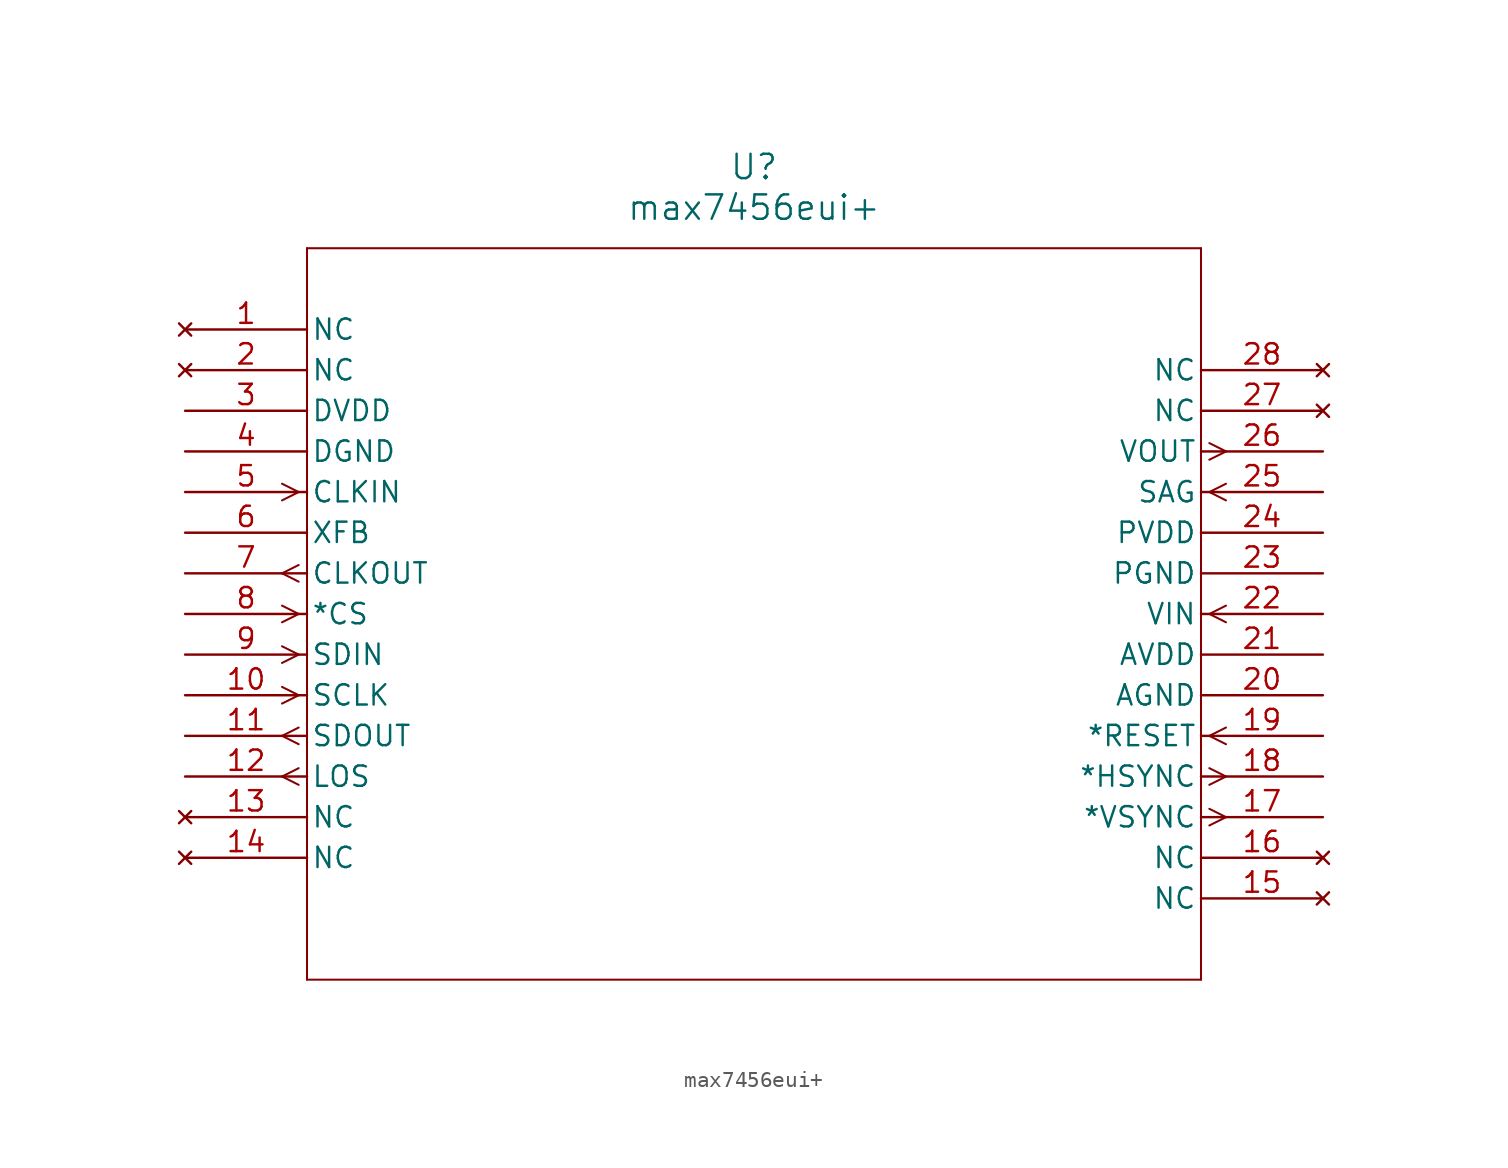
<source format=kicad_sym>
(kicad_symbol_lib
  (version 20211014)
  (generator kicad_symbol_editor)
  (symbol "max7456eui+"
    (pin_names
      (offset 0.254))
    (property "Reference" "U"
      (at 35.56 10.16 0)
      (effects (font (size 1.524 1.524))))
    (property "Value" "max7456eui+"
      (at 35.56 7.62 0)
      (effects (font (size 1.524 1.524))))
    (symbol "max7456eui+_0_1"
      (polyline (pts (xy 7.099 -10.16) (xy 6.058 -9.639)) (stroke (width 0.127) (type default) (color 0 0 0 0)) (fill (type none)))
      (polyline (pts (xy 7.099 -10.16) (xy 6.058 -10.681)) (stroke (width 0.127) (type default) (color 0 0 0 0)) (fill (type none)))
      (polyline (pts (xy 7.099 -14.719) (xy 6.058 -15.24)) (stroke (width 0.127) (type default) (color 0 0 0 0)) (fill (type none)))
      (polyline (pts (xy 7.099 -15.761) (xy 6.058 -15.24)) (stroke (width 0.127) (type default) (color 0 0 0 0)) (fill (type none)))
      (polyline (pts (xy 7.099 -17.78) (xy 6.058 -17.259)) (stroke (width 0.127) (type default) (color 0 0 0 0)) (fill (type none)))
      (polyline (pts (xy 7.099 -17.78) (xy 6.058 -18.301)) (stroke (width 0.127) (type default) (color 0 0 0 0)) (fill (type none)))
      (polyline (pts (xy 7.099 -20.32) (xy 6.058 -19.799)) (stroke (width 0.127) (type default) (color 0 0 0 0)) (fill (type none)))
      (polyline (pts (xy 7.099 -20.32) (xy 6.058 -20.841)) (stroke (width 0.127) (type default) (color 0 0 0 0)) (fill (type none)))
      (polyline (pts (xy 7.099 -22.86) (xy 6.058 -22.339)) (stroke (width 0.127) (type default) (color 0 0 0 0)) (fill (type none)))
      (polyline (pts (xy 7.099 -22.86) (xy 6.058 -23.381)) (stroke (width 0.127) (type default) (color 0 0 0 0)) (fill (type none)))
      (polyline (pts (xy 7.099 -24.879) (xy 6.058 -25.4)) (stroke (width 0.127) (type default) (color 0 0 0 0)) (fill (type none)))
      (polyline (pts (xy 7.099 -25.921) (xy 6.058 -25.4)) (stroke (width 0.127) (type default) (color 0 0 0 0)) (fill (type none)))
      (polyline (pts (xy 7.099 -27.419) (xy 6.058 -27.94)) (stroke (width 0.127) (type default) (color 0 0 0 0)) (fill (type none)))
      (polyline (pts (xy 7.099 -28.461) (xy 6.058 -27.94)) (stroke (width 0.127) (type default) (color 0 0 0 0)) (fill (type none)))
      (polyline (pts (xy 64.021 -29.959) (xy 65.062 -30.48)) (stroke (width 0.127) (type default) (color 0 0 0 0)) (fill (type none)))
      (polyline (pts (xy 64.021 -31.001) (xy 65.062 -30.48)) (stroke (width 0.127) (type default) (color 0 0 0 0)) (fill (type none)))
      (polyline (pts (xy 64.021 -27.419) (xy 65.062 -27.94)) (stroke (width 0.127) (type default) (color 0 0 0 0)) (fill (type none)))
      (polyline (pts (xy 64.021 -28.461) (xy 65.062 -27.94)) (stroke (width 0.127) (type default) (color 0 0 0 0)) (fill (type none)))
      (polyline (pts (xy 64.021 -25.4) (xy 65.062 -24.879)) (stroke (width 0.127) (type default) (color 0 0 0 0)) (fill (type none)))
      (polyline (pts (xy 64.021 -25.4) (xy 65.062 -25.921)) (stroke (width 0.127) (type default) (color 0 0 0 0)) (fill (type none)))
      (polyline (pts (xy 64.021 -17.78) (xy 65.062 -17.259)) (stroke (width 0.127) (type default) (color 0 0 0 0)) (fill (type none)))
      (polyline (pts (xy 64.021 -17.78) (xy 65.062 -18.301)) (stroke (width 0.127) (type default) (color 0 0 0 0)) (fill (type none)))
      (polyline (pts (xy 64.021 -10.16) (xy 65.062 -9.639)) (stroke (width 0.127) (type default) (color 0 0 0 0)) (fill (type none)))
      (polyline (pts (xy 64.021 -10.16) (xy 65.062 -10.681)) (stroke (width 0.127) (type default) (color 0 0 0 0)) (fill (type none)))
      (polyline (pts (xy 64.021 -7.099) (xy 65.062 -7.62)) (stroke (width 0.127) (type default) (color 0 0 0 0)) (fill (type none)))
      (polyline (pts (xy 64.021 -8.141) (xy 65.062 -7.62)) (stroke (width 0.127) (type default) (color 0 0 0 0)) (fill (type none)))
      (polyline (pts (xy 7.62 5.08) (xy 7.62 -40.64)) (stroke (width 0.127) (type default) (color 0 0 0 0)) (fill (type none)))
      (polyline (pts (xy 7.62 -40.64) (xy 63.5 -40.64)) (stroke (width 0.127) (type default) (color 0 0 0 0)) (fill (type none)))
      (polyline (pts (xy 63.5 -40.64) (xy 63.5 5.08)) (stroke (width 0.127) (type default) (color 0 0 0 0)) (fill (type none)))
      (polyline (pts (xy 63.5 5.08) (xy 7.62 5.08)) (stroke (width 0.127) (type default) (color 0 0 0 0)) (fill (type none)))
      (pin no_connect line (at 0 0 0) (length 7.62) (name "NC" (effects (font (size 1.27 1.27)))) (number "1" (effects (font (size 1.27 1.27)))))
      (pin no_connect line (at 0 -2.54 0) (length 7.62) (name "NC" (effects (font (size 1.27 1.27)))) (number "2" (effects (font (size 1.27 1.27)))))
      (pin power_in line (at 0 -5.08 0) (length 7.62) (name "DVDD" (effects (font (size 1.27 1.27)))) (number "3" (effects (font (size 1.27 1.27)))))
      (pin power_in line (at 0 -7.62 0) (length 7.62) (name "DGND" (effects (font (size 1.27 1.27)))) (number "4" (effects (font (size 1.27 1.27)))))
      (pin input line (at 0 -10.16 0) (length 7.62) (name "CLKIN" (effects (font (size 1.27 1.27)))) (number "5" (effects (font (size 1.27 1.27)))))
      (pin unspecified line (at 0 -12.7 0) (length 7.62) (name "XFB" (effects (font (size 1.27 1.27)))) (number "6" (effects (font (size 1.27 1.27)))))
      (pin output line (at 0 -15.24 0) (length 7.62) (name "CLKOUT" (effects (font (size 1.27 1.27)))) (number "7" (effects (font (size 1.27 1.27)))))
      (pin input line (at 0 -17.78 0) (length 7.62) (name "*CS" (effects (font (size 1.27 1.27)))) (number "8" (effects (font (size 1.27 1.27)))))
      (pin input line (at 0 -20.32 0) (length 7.62) (name "SDIN" (effects (font (size 1.27 1.27)))) (number "9" (effects (font (size 1.27 1.27)))))
      (pin input line (at 0 -22.86 0) (length 7.62) (name "SCLK" (effects (font (size 1.27 1.27)))) (number "10" (effects (font (size 1.27 1.27)))))
      (pin output line (at 0 -25.4 0) (length 7.62) (name "SDOUT" (effects (font (size 1.27 1.27)))) (number "11" (effects (font (size 1.27 1.27)))))
      (pin output line (at 0 -27.94 0) (length 7.62) (name "LOS" (effects (font (size 1.27 1.27)))) (number "12" (effects (font (size 1.27 1.27)))))
      (pin no_connect line (at 0 -30.48 0) (length 7.62) (name "NC" (effects (font (size 1.27 1.27)))) (number "13" (effects (font (size 1.27 1.27)))))
      (pin no_connect line (at 0 -33.02 0) (length 7.62) (name "NC" (effects (font (size 1.27 1.27)))) (number "14" (effects (font (size 1.27 1.27)))))
      (pin no_connect line (at 71.12 -35.56 180) (length 7.62) (name "NC" (effects (font (size 1.27 1.27)))) (number "15" (effects (font (size 1.27 1.27)))))
      (pin no_connect line (at 71.12 -33.02 180) (length 7.62) (name "NC" (effects (font (size 1.27 1.27)))) (number "16" (effects (font (size 1.27 1.27)))))
      (pin output line (at 71.12 -30.48 180) (length 7.62) (name "*VSYNC" (effects (font (size 1.27 1.27)))) (number "17" (effects (font (size 1.27 1.27)))))
      (pin output line (at 71.12 -27.94 180) (length 7.62) (name "*HSYNC" (effects (font (size 1.27 1.27)))) (number "18" (effects (font (size 1.27 1.27)))))
      (pin input line (at 71.12 -25.4 180) (length 7.62) (name "*RESET" (effects (font (size 1.27 1.27)))) (number "19" (effects (font (size 1.27 1.27)))))
      (pin power_in line (at 71.12 -22.86 180) (length 7.62) (name "AGND" (effects (font (size 1.27 1.27)))) (number "20" (effects (font (size 1.27 1.27)))))
      (pin power_in line (at 71.12 -20.32 180) (length 7.62) (name "AVDD" (effects (font (size 1.27 1.27)))) (number "21" (effects (font (size 1.27 1.27)))))
      (pin input line (at 71.12 -17.78 180) (length 7.62) (name "VIN" (effects (font (size 1.27 1.27)))) (number "22" (effects (font (size 1.27 1.27)))))
      (pin power_in line (at 71.12 -15.24 180) (length 7.62) (name "PGND" (effects (font (size 1.27 1.27)))) (number "23" (effects (font (size 1.27 1.27)))))
      (pin power_in line (at 71.12 -12.7 180) (length 7.62) (name "PVDD" (effects (font (size 1.27 1.27)))) (number "24" (effects (font (size 1.27 1.27)))))
      (pin input line (at 71.12 -10.16 180) (length 7.62) (name "SAG" (effects (font (size 1.27 1.27)))) (number "25" (effects (font (size 1.27 1.27)))))
      (pin output line (at 71.12 -7.62 180) (length 7.62) (name "VOUT" (effects (font (size 1.27 1.27)))) (number "26" (effects (font (size 1.27 1.27)))))
      (pin no_connect line (at 71.12 -5.08 180) (length 7.62) (name "NC" (effects (font (size 1.27 1.27)))) (number "27" (effects (font (size 1.27 1.27)))))
      (pin no_connect line (at 71.12 -2.54 180) (length 7.62) (name "NC" (effects (font (size 1.27 1.27)))) (number "28" (effects (font (size 1.27 1.27))))))))
</source>
